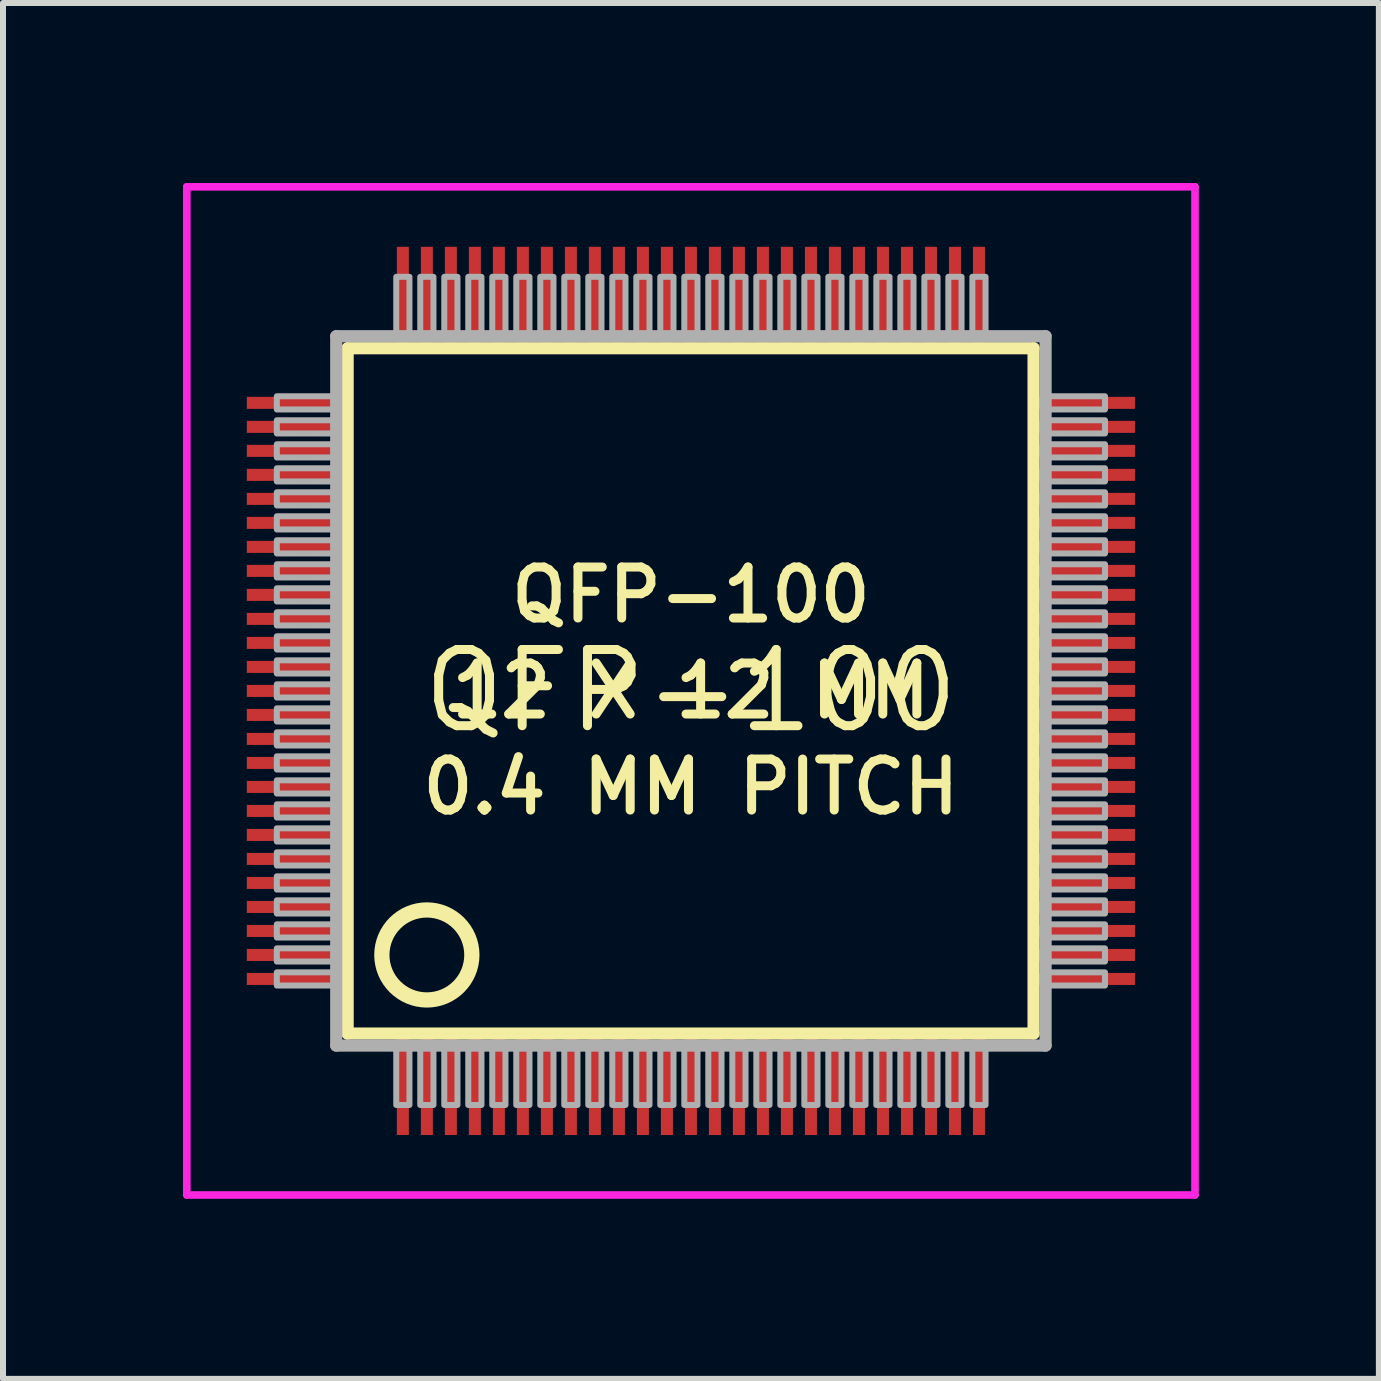
<source format=kicad_pcb>
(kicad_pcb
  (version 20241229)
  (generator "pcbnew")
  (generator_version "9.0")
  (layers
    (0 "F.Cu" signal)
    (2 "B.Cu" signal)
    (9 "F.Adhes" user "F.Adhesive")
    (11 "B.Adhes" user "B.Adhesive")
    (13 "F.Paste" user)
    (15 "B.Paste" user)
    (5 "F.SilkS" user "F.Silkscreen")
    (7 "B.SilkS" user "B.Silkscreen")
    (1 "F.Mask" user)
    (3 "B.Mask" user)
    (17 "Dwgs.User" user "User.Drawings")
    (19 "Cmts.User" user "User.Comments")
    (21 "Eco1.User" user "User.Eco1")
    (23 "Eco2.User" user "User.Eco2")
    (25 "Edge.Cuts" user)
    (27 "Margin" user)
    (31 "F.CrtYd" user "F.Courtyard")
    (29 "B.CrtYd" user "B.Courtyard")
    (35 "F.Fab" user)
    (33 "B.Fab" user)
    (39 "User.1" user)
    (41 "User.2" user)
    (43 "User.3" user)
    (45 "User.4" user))
  (footprint "QFP-100"
    (layer "F.Cu")
    (at 8.463 8.463)
    (property "Reference" "QFP-100" (at 0 0 0) (layer "F.SilkS") (effects (font (size 1.27 1.27) (thickness 0.15))))
    (fp_line (start -5.72 -5.71) (end 5.71 -5.71) (stroke (width 0.203) (type solid)) (layer "F.SilkS"))
    (fp_line (start -5.72 5.71) (end -5.72 -5.71) (stroke (width 0.203) (type solid)) (layer "F.SilkS"))
    (fp_line (start 5.71 -5.71) (end 5.71 5.71) (stroke (width 0.203) (type solid)) (layer "F.SilkS"))
    (fp_line (start 5.71 5.71) (end -5.72 5.71) (stroke (width 0.203) (type solid)) (layer "F.SilkS"))
    (fp_circle (center -4.4 4.4) (end -3.65 4.4) (stroke (width 0.254) (type solid)) (fill no) (layer "F.SilkS"))
    (fp_line (start -8.4 -8.4) (end 8.4 -8.4) (stroke (width 0.127) (type solid)) (layer "F.CrtYd"))
    (fp_line (start -8.4 8.4) (end -8.4 -8.4) (stroke (width 0.127) (type solid)) (layer "F.CrtYd"))
    (fp_line (start 8.4 -8.4) (end 8.4 8.4) (stroke (width 0.127) (type solid)) (layer "F.CrtYd"))
    (fp_line (start 8.4 8.4) (end -8.4 8.4) (stroke (width 0.127) (type solid)) (layer "F.CrtYd"))
    (fp_line (start -5.91 -5.91) (end -5.91 5.91) (stroke (width 0.203) (type solid)) (layer "F.Fab"))
    (fp_line (start -5.91 5.91) (end 5.91 5.91) (stroke (width 0.203) (type solid)) (layer "F.Fab"))
    (fp_line (start 5.91 -5.91) (end -5.91 -5.91) (stroke (width 0.203) (type solid)) (layer "F.Fab"))
    (fp_line (start 5.91 5.91) (end 5.91 -5.91) (stroke (width 0.203) (type solid)) (layer "F.Fab"))
    (fp_poly (pts (xy -6.9 -4.69) (xy -5.95 -4.69) (xy -5.95 -4.91) (xy -6.9 -4.91)) (stroke (width 0.1) (type solid)) (fill no) (layer "F.Fab"))
    (fp_poly (pts (xy -6.9 -4.29) (xy -5.95 -4.29) (xy -5.95 -4.51) (xy -6.9 -4.51)) (stroke (width 0.1) (type solid)) (fill no) (layer "F.Fab"))
    (fp_poly (pts (xy -6.9 -3.89) (xy -5.95 -3.89) (xy -5.95 -4.11) (xy -6.9 -4.11)) (stroke (width 0.1) (type solid)) (fill no) (layer "F.Fab"))
    (fp_poly (pts (xy -6.9 -3.49) (xy -5.95 -3.49) (xy -5.95 -3.71) (xy -6.9 -3.71)) (stroke (width 0.1) (type solid)) (fill no) (layer "F.Fab"))
    (fp_poly (pts (xy -6.9 -3.09) (xy -5.95 -3.09) (xy -5.95 -3.31) (xy -6.9 -3.31)) (stroke (width 0.1) (type solid)) (fill no) (layer "F.Fab"))
    (fp_poly (pts (xy -6.9 -2.69) (xy -5.95 -2.69) (xy -5.95 -2.91) (xy -6.9 -2.91)) (stroke (width 0.1) (type solid)) (fill no) (layer "F.Fab"))
    (fp_poly (pts (xy -6.9 -2.29) (xy -5.95 -2.29) (xy -5.95 -2.51) (xy -6.9 -2.51)) (stroke (width 0.1) (type solid)) (fill no) (layer "F.Fab"))
    (fp_poly (pts (xy -6.9 -1.89) (xy -5.95 -1.89) (xy -5.95 -2.11) (xy -6.9 -2.11)) (stroke (width 0.1) (type solid)) (fill no) (layer "F.Fab"))
    (fp_poly (pts (xy -6.9 -1.49) (xy -5.95 -1.49) (xy -5.95 -1.71) (xy -6.9 -1.71)) (stroke (width 0.1) (type solid)) (fill no) (layer "F.Fab"))
    (fp_poly (pts (xy -6.9 -1.09) (xy -5.95 -1.09) (xy -5.95 -1.31) (xy -6.9 -1.31)) (stroke (width 0.1) (type solid)) (fill no) (layer "F.Fab"))
    (fp_poly (pts (xy -6.9 -0.69) (xy -5.95 -0.69) (xy -5.95 -0.91) (xy -6.9 -0.91)) (stroke (width 0.1) (type solid)) (fill no) (layer "F.Fab"))
    (fp_poly (pts (xy -6.9 -0.29) (xy -5.95 -0.29) (xy -5.95 -0.51) (xy -6.9 -0.51)) (stroke (width 0.1) (type solid)) (fill no) (layer "F.Fab"))
    (fp_poly (pts (xy -6.9 0.11) (xy -5.95 0.11) (xy -5.95 -0.11) (xy -6.9 -0.11)) (stroke (width 0.1) (type solid)) (fill no) (layer "F.Fab"))
    (fp_poly (pts (xy -6.9 0.51) (xy -5.95 0.51) (xy -5.95 0.29) (xy -6.9 0.29)) (stroke (width 0.1) (type solid)) (fill no) (layer "F.Fab"))
    (fp_poly (pts (xy -6.9 0.91) (xy -5.95 0.91) (xy -5.95 0.69) (xy -6.9 0.69)) (stroke (width 0.1) (type solid)) (fill no) (layer "F.Fab"))
    (fp_poly (pts (xy -6.9 1.31) (xy -5.95 1.31) (xy -5.95 1.09) (xy -6.9 1.09)) (stroke (width 0.1) (type solid)) (fill no) (layer "F.Fab"))
    (fp_poly (pts (xy -6.9 1.71) (xy -5.95 1.71) (xy -5.95 1.49) (xy -6.9 1.49)) (stroke (width 0.1) (type solid)) (fill no) (layer "F.Fab"))
    (fp_poly (pts (xy -6.9 2.11) (xy -5.95 2.11) (xy -5.95 1.89) (xy -6.9 1.89)) (stroke (width 0.1) (type solid)) (fill no) (layer "F.Fab"))
    (fp_poly (pts (xy -6.9 2.51) (xy -5.95 2.51) (xy -5.95 2.29) (xy -6.9 2.29)) (stroke (width 0.1) (type solid)) (fill no) (layer "F.Fab"))
    (fp_poly (pts (xy -6.9 2.91) (xy -5.95 2.91) (xy -5.95 2.69) (xy -6.9 2.69)) (stroke (width 0.1) (type solid)) (fill no) (layer "F.Fab"))
    (fp_poly (pts (xy -6.9 3.31) (xy -5.95 3.31) (xy -5.95 3.09) (xy -6.9 3.09)) (stroke (width 0.1) (type solid)) (fill no) (layer "F.Fab"))
    (fp_poly (pts (xy -6.9 3.71) (xy -5.95 3.71) (xy -5.95 3.49) (xy -6.9 3.49)) (stroke (width 0.1) (type solid)) (fill no) (layer "F.Fab"))
    (fp_poly (pts (xy -6.9 4.11) (xy -5.95 4.11) (xy -5.95 3.89) (xy -6.9 3.89)) (stroke (width 0.1) (type solid)) (fill no) (layer "F.Fab"))
    (fp_poly (pts (xy -6.9 4.51) (xy -5.95 4.51) (xy -5.95 4.29) (xy -6.9 4.29)) (stroke (width 0.1) (type solid)) (fill no) (layer "F.Fab"))
    (fp_poly (pts (xy -6.9 4.91) (xy -5.95 4.91) (xy -5.95 4.69) (xy -6.9 4.69)) (stroke (width 0.1) (type solid)) (fill no) (layer "F.Fab"))
    (fp_poly (pts (xy -4.91 -5.95) (xy -4.69 -5.95) (xy -4.69 -6.9) (xy -4.91 -6.9)) (stroke (width 0.1) (type solid)) (fill no) (layer "F.Fab"))
    (fp_poly (pts (xy -4.91 6.9) (xy -4.69 6.9) (xy -4.69 5.95) (xy -4.91 5.95)) (stroke (width 0.1) (type solid)) (fill no) (layer "F.Fab"))
    (fp_poly (pts (xy -4.51 -5.95) (xy -4.29 -5.95) (xy -4.29 -6.9) (xy -4.51 -6.9)) (stroke (width 0.1) (type solid)) (fill no) (layer "F.Fab"))
    (fp_poly (pts (xy -4.51 6.9) (xy -4.29 6.9) (xy -4.29 5.95) (xy -4.51 5.95)) (stroke (width 0.1) (type solid)) (fill no) (layer "F.Fab"))
    (fp_poly (pts (xy -4.11 -5.95) (xy -3.89 -5.95) (xy -3.89 -6.9) (xy -4.11 -6.9)) (stroke (width 0.1) (type solid)) (fill no) (layer "F.Fab"))
    (fp_poly (pts (xy -4.11 6.9) (xy -3.89 6.9) (xy -3.89 5.95) (xy -4.11 5.95)) (stroke (width 0.1) (type solid)) (fill no) (layer "F.Fab"))
    (fp_poly (pts (xy -3.71 -5.95) (xy -3.49 -5.95) (xy -3.49 -6.9) (xy -3.71 -6.9)) (stroke (width 0.1) (type solid)) (fill no) (layer "F.Fab"))
    (fp_poly (pts (xy -3.71 6.9) (xy -3.49 6.9) (xy -3.49 5.95) (xy -3.71 5.95)) (stroke (width 0.1) (type solid)) (fill no) (layer "F.Fab"))
    (fp_poly (pts (xy -3.31 -5.95) (xy -3.09 -5.95) (xy -3.09 -6.9) (xy -3.31 -6.9)) (stroke (width 0.1) (type solid)) (fill no) (layer "F.Fab"))
    (fp_poly (pts (xy -3.31 6.9) (xy -3.09 6.9) (xy -3.09 5.95) (xy -3.31 5.95)) (stroke (width 0.1) (type solid)) (fill no) (layer "F.Fab"))
    (fp_poly (pts (xy -2.91 -5.95) (xy -2.69 -5.95) (xy -2.69 -6.9) (xy -2.91 -6.9)) (stroke (width 0.1) (type solid)) (fill no) (layer "F.Fab"))
    (fp_poly (pts (xy -2.91 6.9) (xy -2.69 6.9) (xy -2.69 5.95) (xy -2.91 5.95)) (stroke (width 0.1) (type solid)) (fill no) (layer "F.Fab"))
    (fp_poly (pts (xy -2.51 -5.95) (xy -2.29 -5.95) (xy -2.29 -6.9) (xy -2.51 -6.9)) (stroke (width 0.1) (type solid)) (fill no) (layer "F.Fab"))
    (fp_poly (pts (xy -2.51 6.9) (xy -2.29 6.9) (xy -2.29 5.95) (xy -2.51 5.95)) (stroke (width 0.1) (type solid)) (fill no) (layer "F.Fab"))
    (fp_poly (pts (xy -2.11 -5.95) (xy -1.89 -5.95) (xy -1.89 -6.9) (xy -2.11 -6.9)) (stroke (width 0.1) (type solid)) (fill no) (layer "F.Fab"))
    (fp_poly (pts (xy -2.11 6.9) (xy -1.89 6.9) (xy -1.89 5.95) (xy -2.11 5.95)) (stroke (width 0.1) (type solid)) (fill no) (layer "F.Fab"))
    (fp_poly (pts (xy -1.71 -5.95) (xy -1.49 -5.95) (xy -1.49 -6.9) (xy -1.71 -6.9)) (stroke (width 0.1) (type solid)) (fill no) (layer "F.Fab"))
    (fp_poly (pts (xy -1.71 6.9) (xy -1.49 6.9) (xy -1.49 5.95) (xy -1.71 5.95)) (stroke (width 0.1) (type solid)) (fill no) (layer "F.Fab"))
    (fp_poly (pts (xy -1.31 -5.95) (xy -1.09 -5.95) (xy -1.09 -6.9) (xy -1.31 -6.9)) (stroke (width 0.1) (type solid)) (fill no) (layer "F.Fab"))
    (fp_poly (pts (xy -1.31 6.9) (xy -1.09 6.9) (xy -1.09 5.95) (xy -1.31 5.95)) (stroke (width 0.1) (type solid)) (fill no) (layer "F.Fab"))
    (fp_poly (pts (xy -0.91 -5.95) (xy -0.69 -5.95) (xy -0.69 -6.9) (xy -0.91 -6.9)) (stroke (width 0.1) (type solid)) (fill no) (layer "F.Fab"))
    (fp_poly (pts (xy -0.91 6.9) (xy -0.69 6.9) (xy -0.69 5.95) (xy -0.91 5.95)) (stroke (width 0.1) (type solid)) (fill no) (layer "F.Fab"))
    (fp_poly (pts (xy -0.51 -5.95) (xy -0.29 -5.95) (xy -0.29 -6.9) (xy -0.51 -6.9)) (stroke (width 0.1) (type solid)) (fill no) (layer "F.Fab"))
    (fp_poly (pts (xy -0.51 6.9) (xy -0.29 6.9) (xy -0.29 5.95) (xy -0.51 5.95)) (stroke (width 0.1) (type solid)) (fill no) (layer "F.Fab"))
    (fp_poly (pts (xy -0.11 -5.95) (xy 0.11 -5.95) (xy 0.11 -6.9) (xy -0.11 -6.9)) (stroke (width 0.1) (type solid)) (fill no) (layer "F.Fab"))
    (fp_poly (pts (xy -0.11 6.9) (xy 0.11 6.9) (xy 0.11 5.95) (xy -0.11 5.95)) (stroke (width 0.1) (type solid)) (fill no) (layer "F.Fab"))
    (fp_poly (pts (xy 0.29 -5.95) (xy 0.51 -5.95) (xy 0.51 -6.9) (xy 0.29 -6.9)) (stroke (width 0.1) (type solid)) (fill no) (layer "F.Fab"))
    (fp_poly (pts (xy 0.29 6.9) (xy 0.51 6.9) (xy 0.51 5.95) (xy 0.29 5.95)) (stroke (width 0.1) (type solid)) (fill no) (layer "F.Fab"))
    (fp_poly (pts (xy 0.69 -5.95) (xy 0.91 -5.95) (xy 0.91 -6.9) (xy 0.69 -6.9)) (stroke (width 0.1) (type solid)) (fill no) (layer "F.Fab"))
    (fp_poly (pts (xy 0.69 6.9) (xy 0.91 6.9) (xy 0.91 5.95) (xy 0.69 5.95)) (stroke (width 0.1) (type solid)) (fill no) (layer "F.Fab"))
    (fp_poly (pts (xy 1.09 -5.95) (xy 1.31 -5.95) (xy 1.31 -6.9) (xy 1.09 -6.9)) (stroke (width 0.1) (type solid)) (fill no) (layer "F.Fab"))
    (fp_poly (pts (xy 1.09 6.9) (xy 1.31 6.9) (xy 1.31 5.95) (xy 1.09 5.95)) (stroke (width 0.1) (type solid)) (fill no) (layer "F.Fab"))
    (fp_poly (pts (xy 1.49 -5.95) (xy 1.71 -5.95) (xy 1.71 -6.9) (xy 1.49 -6.9)) (stroke (width 0.1) (type solid)) (fill no) (layer "F.Fab"))
    (fp_poly (pts (xy 1.49 6.9) (xy 1.71 6.9) (xy 1.71 5.95) (xy 1.49 5.95)) (stroke (width 0.1) (type solid)) (fill no) (layer "F.Fab"))
    (fp_poly (pts (xy 1.89 -5.95) (xy 2.11 -5.95) (xy 2.11 -6.9) (xy 1.89 -6.9)) (stroke (width 0.1) (type solid)) (fill no) (layer "F.Fab"))
    (fp_poly (pts (xy 1.89 6.9) (xy 2.11 6.9) (xy 2.11 5.95) (xy 1.89 5.95)) (stroke (width 0.1) (type solid)) (fill no) (layer "F.Fab"))
    (fp_poly (pts (xy 2.29 -5.95) (xy 2.51 -5.95) (xy 2.51 -6.9) (xy 2.29 -6.9)) (stroke (width 0.1) (type solid)) (fill no) (layer "F.Fab"))
    (fp_poly (pts (xy 2.29 6.9) (xy 2.51 6.9) (xy 2.51 5.95) (xy 2.29 5.95)) (stroke (width 0.1) (type solid)) (fill no) (layer "F.Fab"))
    (fp_poly (pts (xy 2.69 -5.95) (xy 2.91 -5.95) (xy 2.91 -6.9) (xy 2.69 -6.9)) (stroke (width 0.1) (type solid)) (fill no) (layer "F.Fab"))
    (fp_poly (pts (xy 2.69 6.9) (xy 2.91 6.9) (xy 2.91 5.95) (xy 2.69 5.95)) (stroke (width 0.1) (type solid)) (fill no) (layer "F.Fab"))
    (fp_poly (pts (xy 3.09 -5.95) (xy 3.31 -5.95) (xy 3.31 -6.9) (xy 3.09 -6.9)) (stroke (width 0.1) (type solid)) (fill no) (layer "F.Fab"))
    (fp_poly (pts (xy 3.09 6.9) (xy 3.31 6.9) (xy 3.31 5.95) (xy 3.09 5.95)) (stroke (width 0.1) (type solid)) (fill no) (layer "F.Fab"))
    (fp_poly (pts (xy 3.49 -5.95) (xy 3.71 -5.95) (xy 3.71 -6.9) (xy 3.49 -6.9)) (stroke (width 0.1) (type solid)) (fill no) (layer "F.Fab"))
    (fp_poly (pts (xy 3.49 6.9) (xy 3.71 6.9) (xy 3.71 5.95) (xy 3.49 5.95)) (stroke (width 0.1) (type solid)) (fill no) (layer "F.Fab"))
    (fp_poly (pts (xy 3.89 -5.95) (xy 4.11 -5.95) (xy 4.11 -6.9) (xy 3.89 -6.9)) (stroke (width 0.1) (type solid)) (fill no) (layer "F.Fab"))
    (fp_poly (pts (xy 3.89 6.9) (xy 4.11 6.9) (xy 4.11 5.95) (xy 3.89 5.95)) (stroke (width 0.1) (type solid)) (fill no) (layer "F.Fab"))
    (fp_poly (pts (xy 4.29 -5.95) (xy 4.51 -5.95) (xy 4.51 -6.9) (xy 4.29 -6.9)) (stroke (width 0.1) (type solid)) (fill no) (layer "F.Fab"))
    (fp_poly (pts (xy 4.29 6.9) (xy 4.51 6.9) (xy 4.51 5.95) (xy 4.29 5.95)) (stroke (width 0.1) (type solid)) (fill no) (layer "F.Fab"))
    (fp_poly (pts (xy 4.69 -5.95) (xy 4.91 -5.95) (xy 4.91 -6.9) (xy 4.69 -6.9)) (stroke (width 0.1) (type solid)) (fill no) (layer "F.Fab"))
    (fp_poly (pts (xy 4.69 6.9) (xy 4.91 6.9) (xy 4.91 5.95) (xy 4.69 5.95)) (stroke (width 0.1) (type solid)) (fill no) (layer "F.Fab"))
    (fp_poly (pts (xy 5.95 -4.69) (xy 6.9 -4.69) (xy 6.9 -4.91) (xy 5.95 -4.91)) (stroke (width 0.1) (type solid)) (fill no) (layer "F.Fab"))
    (fp_poly (pts (xy 5.95 -4.29) (xy 6.9 -4.29) (xy 6.9 -4.51) (xy 5.95 -4.51)) (stroke (width 0.1) (type solid)) (fill no) (layer "F.Fab"))
    (fp_poly (pts (xy 5.95 -3.89) (xy 6.9 -3.89) (xy 6.9 -4.11) (xy 5.95 -4.11)) (stroke (width 0.1) (type solid)) (fill no) (layer "F.Fab"))
    (fp_poly (pts (xy 5.95 -3.49) (xy 6.9 -3.49) (xy 6.9 -3.71) (xy 5.95 -3.71)) (stroke (width 0.1) (type solid)) (fill no) (layer "F.Fab"))
    (fp_poly (pts (xy 5.95 -3.09) (xy 6.9 -3.09) (xy 6.9 -3.31) (xy 5.95 -3.31)) (stroke (width 0.1) (type solid)) (fill no) (layer "F.Fab"))
    (fp_poly (pts (xy 5.95 -2.69) (xy 6.9 -2.69) (xy 6.9 -2.91) (xy 5.95 -2.91)) (stroke (width 0.1) (type solid)) (fill no) (layer "F.Fab"))
    (fp_poly (pts (xy 5.95 -2.29) (xy 6.9 -2.29) (xy 6.9 -2.51) (xy 5.95 -2.51)) (stroke (width 0.1) (type solid)) (fill no) (layer "F.Fab"))
    (fp_poly (pts (xy 5.95 -1.89) (xy 6.9 -1.89) (xy 6.9 -2.11) (xy 5.95 -2.11)) (stroke (width 0.1) (type solid)) (fill no) (layer "F.Fab"))
    (fp_poly (pts (xy 5.95 -1.49) (xy 6.9 -1.49) (xy 6.9 -1.71) (xy 5.95 -1.71)) (stroke (width 0.1) (type solid)) (fill no) (layer "F.Fab"))
    (fp_poly (pts (xy 5.95 -1.09) (xy 6.9 -1.09) (xy 6.9 -1.31) (xy 5.95 -1.31)) (stroke (width 0.1) (type solid)) (fill no) (layer "F.Fab"))
    (fp_poly (pts (xy 5.95 -0.69) (xy 6.9 -0.69) (xy 6.9 -0.91) (xy 5.95 -0.91)) (stroke (width 0.1) (type solid)) (fill no) (layer "F.Fab"))
    (fp_poly (pts (xy 5.95 -0.29) (xy 6.9 -0.29) (xy 6.9 -0.51) (xy 5.95 -0.51)) (stroke (width 0.1) (type solid)) (fill no) (layer "F.Fab"))
    (fp_poly (pts (xy 5.95 0.11) (xy 6.9 0.11) (xy 6.9 -0.11) (xy 5.95 -0.11)) (stroke (width 0.1) (type solid)) (fill no) (layer "F.Fab"))
    (fp_poly (pts (xy 5.95 0.51) (xy 6.9 0.51) (xy 6.9 0.29) (xy 5.95 0.29)) (stroke (width 0.1) (type solid)) (fill no) (layer "F.Fab"))
    (fp_poly (pts (xy 5.95 0.91) (xy 6.9 0.91) (xy 6.9 0.69) (xy 5.95 0.69)) (stroke (width 0.1) (type solid)) (fill no) (layer "F.Fab"))
    (fp_poly (pts (xy 5.95 1.31) (xy 6.9 1.31) (xy 6.9 1.09) (xy 5.95 1.09)) (stroke (width 0.1) (type solid)) (fill no) (layer "F.Fab"))
    (fp_poly (pts (xy 5.95 1.71) (xy 6.9 1.71) (xy 6.9 1.49) (xy 5.95 1.49)) (stroke (width 0.1) (type solid)) (fill no) (layer "F.Fab"))
    (fp_poly (pts (xy 5.95 2.11) (xy 6.9 2.11) (xy 6.9 1.89) (xy 5.95 1.89)) (stroke (width 0.1) (type solid)) (fill no) (layer "F.Fab"))
    (fp_poly (pts (xy 5.95 2.51) (xy 6.9 2.51) (xy 6.9 2.29) (xy 5.95 2.29)) (stroke (width 0.1) (type solid)) (fill no) (layer "F.Fab"))
    (fp_poly (pts (xy 5.95 2.91) (xy 6.9 2.91) (xy 6.9 2.69) (xy 5.95 2.69)) (stroke (width 0.1) (type solid)) (fill no) (layer "F.Fab"))
    (fp_poly (pts (xy 5.95 3.31) (xy 6.9 3.31) (xy 6.9 3.09) (xy 5.95 3.09)) (stroke (width 0.1) (type solid)) (fill no) (layer "F.Fab"))
    (fp_poly (pts (xy 5.95 3.71) (xy 6.9 3.71) (xy 6.9 3.49) (xy 5.95 3.49)) (stroke (width 0.1) (type solid)) (fill no) (layer "F.Fab"))
    (fp_poly (pts (xy 5.95 4.11) (xy 6.9 4.11) (xy 6.9 3.89) (xy 5.95 3.89)) (stroke (width 0.1) (type solid)) (fill no) (layer "F.Fab"))
    (fp_poly (pts (xy 5.95 4.51) (xy 6.9 4.51) (xy 6.9 4.29) (xy 5.95 4.29)) (stroke (width 0.1) (type solid)) (fill no) (layer "F.Fab"))
    (fp_poly (pts (xy 5.95 4.91) (xy 6.9 4.91) (xy 6.9 4.69) (xy 5.95 4.69)) (stroke (width 0.1) (type solid)) (fill no) (layer "F.Fab"))
    (fp_text user "0.4 MM PITCH" (at 0 1.6 0) (layer "F.SilkS") (effects (font (size 0.85 0.85) (thickness 0.15))))
    (fp_text user "QFP-100" (at 0 -1.6 0) (layer "F.SilkS") (effects (font (size 0.85 0.85) (thickness 0.15))))
    (fp_text user "12 X 12 MM" (at 0 0 0) (layer "F.SilkS") (effects (font (size 0.85 0.85) (thickness 0.15))))
    (pad "1" smd rect (at -4.8 6.6) (size 0.2 1.6) (layers "F.Cu" "F.Mask" "F.Paste"))
    (pad "2" smd rect (at -4.4 6.6) (size 0.2 1.6) (layers "F.Cu" "F.Mask" "F.Paste"))
    (pad "3" smd rect (at -4 6.6) (size 0.2 1.6) (layers "F.Cu" "F.Mask" "F.Paste"))
    (pad "4" smd rect (at -3.6 6.6) (size 0.2 1.6) (layers "F.Cu" "F.Mask" "F.Paste"))
    (pad "5" smd rect (at -3.2 6.6) (size 0.2 1.6) (layers "F.Cu" "F.Mask" "F.Paste"))
    (pad "6" smd rect (at -2.8 6.6) (size 0.2 1.6) (layers "F.Cu" "F.Mask" "F.Paste"))
    (pad "7" smd rect (at -2.4 6.6) (size 0.2 1.6) (layers "F.Cu" "F.Mask" "F.Paste"))
    (pad "8" smd rect (at -2 6.6) (size 0.2 1.6) (layers "F.Cu" "F.Mask" "F.Paste"))
    (pad "9" smd rect (at -1.6 6.6) (size 0.2 1.6) (layers "F.Cu" "F.Mask" "F.Paste"))
    (pad "10" smd rect (at -1.2 6.6) (size 0.2 1.6) (layers "F.Cu" "F.Mask" "F.Paste"))
    (pad "11" smd rect (at -0.8 6.6) (size 0.2 1.6) (layers "F.Cu" "F.Mask" "F.Paste"))
    (pad "12" smd rect (at -0.4 6.6) (size 0.2 1.6) (layers "F.Cu" "F.Mask" "F.Paste"))
    (pad "13" smd rect (at 0 6.6) (size 0.2 1.6) (layers "F.Cu" "F.Mask" "F.Paste"))
    (pad "14" smd rect (at 0.4 6.6) (size 0.2 1.6) (layers "F.Cu" "F.Mask" "F.Paste"))
    (pad "15" smd rect (at 0.8 6.6) (size 0.2 1.6) (layers "F.Cu" "F.Mask" "F.Paste"))
    (pad "16" smd rect (at 1.2 6.6) (size 0.2 1.6) (layers "F.Cu" "F.Mask" "F.Paste"))
    (pad "17" smd rect (at 1.6 6.6) (size 0.2 1.6) (layers "F.Cu" "F.Mask" "F.Paste"))
    (pad "18" smd rect (at 2 6.6) (size 0.2 1.6) (layers "F.Cu" "F.Mask" "F.Paste"))
    (pad "19" smd rect (at 2.4 6.6) (size 0.2 1.6) (layers "F.Cu" "F.Mask" "F.Paste"))
    (pad "20" smd rect (at 2.8 6.6) (size 0.2 1.6) (layers "F.Cu" "F.Mask" "F.Paste"))
    (pad "21" smd rect (at 3.2 6.6) (size 0.2 1.6) (layers "F.Cu" "F.Mask" "F.Paste"))
    (pad "22" smd rect (at 3.6 6.6) (size 0.2 1.6) (layers "F.Cu" "F.Mask" "F.Paste"))
    (pad "23" smd rect (at 4 6.6) (size 0.2 1.6) (layers "F.Cu" "F.Mask" "F.Paste"))
    (pad "24" smd rect (at 4.4 6.6) (size 0.2 1.6) (layers "F.Cu" "F.Mask" "F.Paste"))
    (pad "25" smd rect (at 4.8 6.6) (size 0.2 1.6) (layers "F.Cu" "F.Mask" "F.Paste"))
    (pad "26" smd rect (at 6.6 4.8) (size 1.6 0.2) (layers "F.Cu" "F.Mask" "F.Paste"))
    (pad "27" smd rect (at 6.6 4.4) (size 1.6 0.2) (layers "F.Cu" "F.Mask" "F.Paste"))
    (pad "28" smd rect (at 6.6 4) (size 1.6 0.2) (layers "F.Cu" "F.Mask" "F.Paste"))
    (pad "29" smd rect (at 6.6 3.6) (size 1.6 0.2) (layers "F.Cu" "F.Mask" "F.Paste"))
    (pad "30" smd rect (at 6.6 3.2) (size 1.6 0.2) (layers "F.Cu" "F.Mask" "F.Paste"))
    (pad "31" smd rect (at 6.6 2.8) (size 1.6 0.2) (layers "F.Cu" "F.Mask" "F.Paste"))
    (pad "32" smd rect (at 6.6 2.4) (size 1.6 0.2) (layers "F.Cu" "F.Mask" "F.Paste"))
    (pad "33" smd rect (at 6.6 2) (size 1.6 0.2) (layers "F.Cu" "F.Mask" "F.Paste"))
    (pad "34" smd rect (at 6.6 1.6) (size 1.6 0.2) (layers "F.Cu" "F.Mask" "F.Paste"))
    (pad "35" smd rect (at 6.6 1.2) (size 1.6 0.2) (layers "F.Cu" "F.Mask" "F.Paste"))
    (pad "36" smd rect (at 6.6 0.8) (size 1.6 0.2) (layers "F.Cu" "F.Mask" "F.Paste"))
    (pad "37" smd rect (at 6.6 0.4) (size 1.6 0.2) (layers "F.Cu" "F.Mask" "F.Paste"))
    (pad "38" smd rect (at 6.6 0) (size 1.6 0.2) (layers "F.Cu" "F.Mask" "F.Paste"))
    (pad "39" smd rect (at 6.6 -0.4) (size 1.6 0.2) (layers "F.Cu" "F.Mask" "F.Paste"))
    (pad "40" smd rect (at 6.6 -0.8) (size 1.6 0.2) (layers "F.Cu" "F.Mask" "F.Paste"))
    (pad "41" smd rect (at 6.6 -1.2) (size 1.6 0.2) (layers "F.Cu" "F.Mask" "F.Paste"))
    (pad "42" smd rect (at 6.6 -1.6) (size 1.6 0.2) (layers "F.Cu" "F.Mask" "F.Paste"))
    (pad "43" smd rect (at 6.6 -2) (size 1.6 0.2) (layers "F.Cu" "F.Mask" "F.Paste"))
    (pad "44" smd rect (at 6.6 -2.4) (size 1.6 0.2) (layers "F.Cu" "F.Mask" "F.Paste"))
    (pad "45" smd rect (at 6.6 -2.8) (size 1.6 0.2) (layers "F.Cu" "F.Mask" "F.Paste"))
    (pad "46" smd rect (at 6.6 -3.2) (size 1.6 0.2) (layers "F.Cu" "F.Mask" "F.Paste"))
    (pad "47" smd rect (at 6.6 -3.6) (size 1.6 0.2) (layers "F.Cu" "F.Mask" "F.Paste"))
    (pad "48" smd rect (at 6.6 -4) (size 1.6 0.2) (layers "F.Cu" "F.Mask" "F.Paste"))
    (pad "49" smd rect (at 6.6 -4.4) (size 1.6 0.2) (layers "F.Cu" "F.Mask" "F.Paste"))
    (pad "50" smd rect (at 6.6 -4.8) (size 1.6 0.2) (layers "F.Cu" "F.Mask" "F.Paste"))
    (pad "51" smd rect (at 4.8 -6.6) (size 0.2 1.6) (layers "F.Cu" "F.Mask" "F.Paste"))
    (pad "52" smd rect (at 4.4 -6.6) (size 0.2 1.6) (layers "F.Cu" "F.Mask" "F.Paste"))
    (pad "53" smd rect (at 4 -6.6) (size 0.2 1.6) (layers "F.Cu" "F.Mask" "F.Paste"))
    (pad "54" smd rect (at 3.6 -6.6) (size 0.2 1.6) (layers "F.Cu" "F.Mask" "F.Paste"))
    (pad "55" smd rect (at 3.2 -6.6) (size 0.2 1.6) (layers "F.Cu" "F.Mask" "F.Paste"))
    (pad "56" smd rect (at 2.8 -6.6) (size 0.2 1.6) (layers "F.Cu" "F.Mask" "F.Paste"))
    (pad "57" smd rect (at 2.4 -6.6) (size 0.2 1.6) (layers "F.Cu" "F.Mask" "F.Paste"))
    (pad "58" smd rect (at 2 -6.6) (size 0.2 1.6) (layers "F.Cu" "F.Mask" "F.Paste"))
    (pad "59" smd rect (at 1.6 -6.6) (size 0.2 1.6) (layers "F.Cu" "F.Mask" "F.Paste"))
    (pad "60" smd rect (at 1.2 -6.6) (size 0.2 1.6) (layers "F.Cu" "F.Mask" "F.Paste"))
    (pad "61" smd rect (at 0.8 -6.6) (size 0.2 1.6) (layers "F.Cu" "F.Mask" "F.Paste"))
    (pad "62" smd rect (at 0.4 -6.6) (size 0.2 1.6) (layers "F.Cu" "F.Mask" "F.Paste"))
    (pad "63" smd rect (at 0 -6.6) (size 0.2 1.6) (layers "F.Cu" "F.Mask" "F.Paste"))
    (pad "64" smd rect (at -0.4 -6.6) (size 0.2 1.6) (layers "F.Cu" "F.Mask" "F.Paste"))
    (pad "65" smd rect (at -0.8 -6.6) (size 0.2 1.6) (layers "F.Cu" "F.Mask" "F.Paste"))
    (pad "66" smd rect (at -1.2 -6.6) (size 0.2 1.6) (layers "F.Cu" "F.Mask" "F.Paste"))
    (pad "67" smd rect (at -1.6 -6.6) (size 0.2 1.6) (layers "F.Cu" "F.Mask" "F.Paste"))
    (pad "68" smd rect (at -2 -6.6) (size 0.2 1.6) (layers "F.Cu" "F.Mask" "F.Paste"))
    (pad "69" smd rect (at -2.4 -6.6) (size 0.2 1.6) (layers "F.Cu" "F.Mask" "F.Paste"))
    (pad "70" smd rect (at -2.8 -6.6) (size 0.2 1.6) (layers "F.Cu" "F.Mask" "F.Paste"))
    (pad "71" smd rect (at -3.2 -6.6) (size 0.2 1.6) (layers "F.Cu" "F.Mask" "F.Paste"))
    (pad "72" smd rect (at -3.6 -6.6) (size 0.2 1.6) (layers "F.Cu" "F.Mask" "F.Paste"))
    (pad "73" smd rect (at -4 -6.6) (size 0.2 1.6) (layers "F.Cu" "F.Mask" "F.Paste"))
    (pad "74" smd rect (at -4.4 -6.6) (size 0.2 1.6) (layers "F.Cu" "F.Mask" "F.Paste"))
    (pad "75" smd rect (at -4.8 -6.6) (size 0.2 1.6) (layers "F.Cu" "F.Mask" "F.Paste"))
    (pad "76" smd rect (at -6.6 -4.8) (size 1.6 0.2) (layers "F.Cu" "F.Mask" "F.Paste"))
    (pad "77" smd rect (at -6.6 -4.4) (size 1.6 0.2) (layers "F.Cu" "F.Mask" "F.Paste"))
    (pad "78" smd rect (at -6.6 -4) (size 1.6 0.2) (layers "F.Cu" "F.Mask" "F.Paste"))
    (pad "79" smd rect (at -6.6 -3.6) (size 1.6 0.2) (layers "F.Cu" "F.Mask" "F.Paste"))
    (pad "80" smd rect (at -6.6 -3.2) (size 1.6 0.2) (layers "F.Cu" "F.Mask" "F.Paste"))
    (pad "81" smd rect (at -6.6 -2.8) (size 1.6 0.2) (layers "F.Cu" "F.Mask" "F.Paste"))
    (pad "82" smd rect (at -6.6 -2.4) (size 1.6 0.2) (layers "F.Cu" "F.Mask" "F.Paste"))
    (pad "83" smd rect (at -6.6 -2) (size 1.6 0.2) (layers "F.Cu" "F.Mask" "F.Paste"))
    (pad "84" smd rect (at -6.6 -1.6) (size 1.6 0.2) (layers "F.Cu" "F.Mask" "F.Paste"))
    (pad "85" smd rect (at -6.6 -1.2) (size 1.6 0.2) (layers "F.Cu" "F.Mask" "F.Paste"))
    (pad "86" smd rect (at -6.6 -0.8) (size 1.6 0.2) (layers "F.Cu" "F.Mask" "F.Paste"))
    (pad "87" smd rect (at -6.6 -0.4) (size 1.6 0.2) (layers "F.Cu" "F.Mask" "F.Paste"))
    (pad "88" smd rect (at -6.6 0) (size 1.6 0.2) (layers "F.Cu" "F.Mask" "F.Paste"))
    (pad "89" smd rect (at -6.6 0.4) (size 1.6 0.2) (layers "F.Cu" "F.Mask" "F.Paste"))
    (pad "90" smd rect (at -6.6 0.8) (size 1.6 0.2) (layers "F.Cu" "F.Mask" "F.Paste"))
    (pad "91" smd rect (at -6.6 1.2) (size 1.6 0.2) (layers "F.Cu" "F.Mask" "F.Paste"))
    (pad "92" smd rect (at -6.6 1.6) (size 1.6 0.2) (layers "F.Cu" "F.Mask" "F.Paste"))
    (pad "93" smd rect (at -6.6 2) (size 1.6 0.2) (layers "F.Cu" "F.Mask" "F.Paste"))
    (pad "94" smd rect (at -6.6 2.4) (size 1.6 0.2) (layers "F.Cu" "F.Mask" "F.Paste"))
    (pad "95" smd rect (at -6.6 2.8) (size 1.6 0.2) (layers "F.Cu" "F.Mask" "F.Paste"))
    (pad "96" smd rect (at -6.6 3.2) (size 1.6 0.2) (layers "F.Cu" "F.Mask" "F.Paste"))
    (pad "97" smd rect (at -6.6 3.6) (size 1.6 0.2) (layers "F.Cu" "F.Mask" "F.Paste"))
    (pad "98" smd rect (at -6.6 4) (size 1.6 0.2) (layers "F.Cu" "F.Mask" "F.Paste"))
    (pad "99" smd rect (at -6.6 4.4) (size 1.6 0.2) (layers "F.Cu" "F.Mask" "F.Paste"))
    (pad "100" smd rect (at -6.6 4.8) (size 1.6 0.2) (layers "F.Cu" "F.Mask" "F.Paste")))
  (gr_rect
    (start -3 -3)
    (end 19.927 19.927)
    (stroke (width 0.1) (type default))
    (fill no)
    (layer "Edge.Cuts")))
</source>
